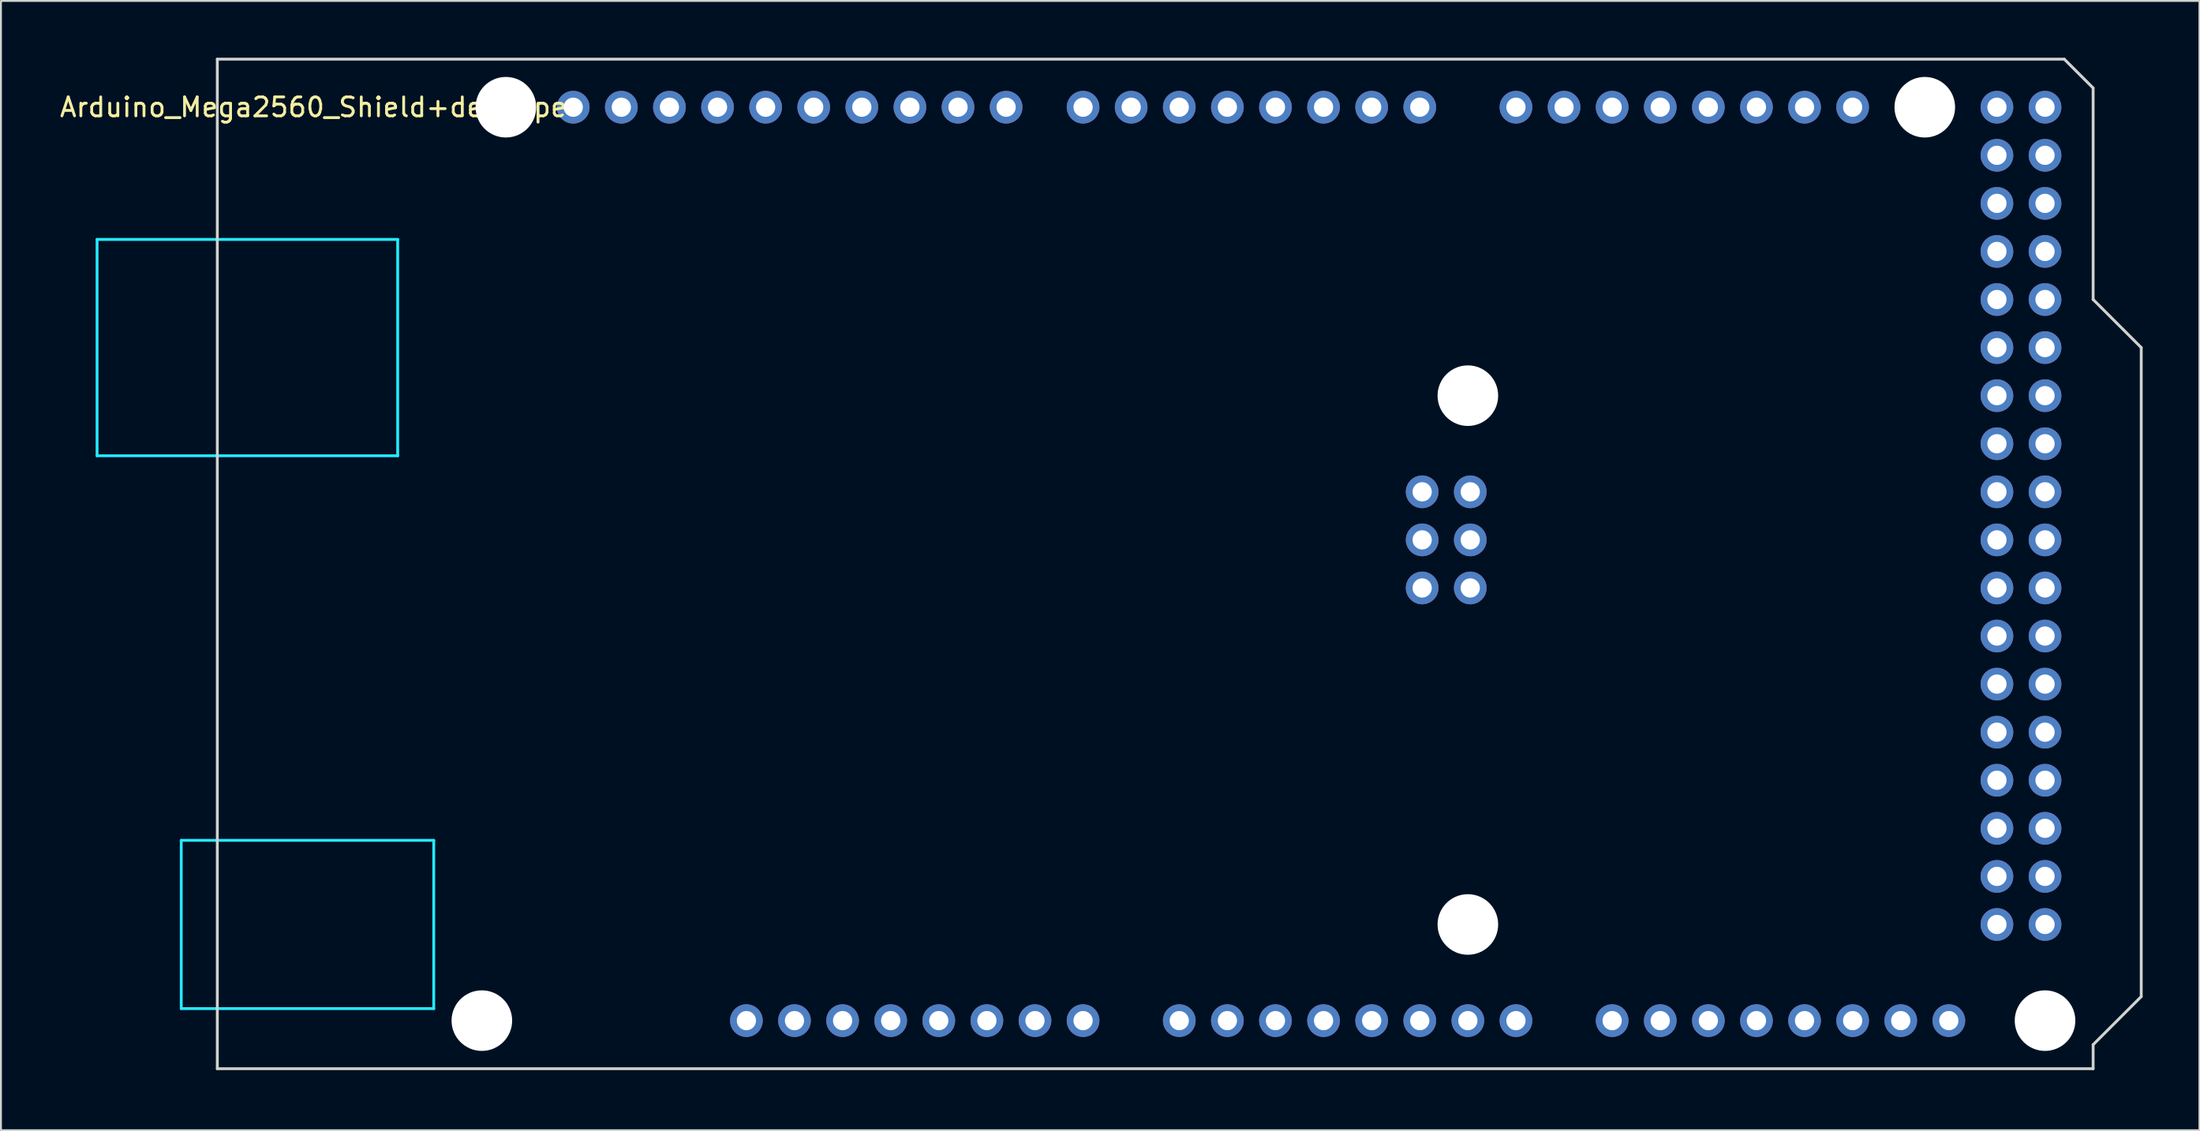
<source format=kicad_pcb>
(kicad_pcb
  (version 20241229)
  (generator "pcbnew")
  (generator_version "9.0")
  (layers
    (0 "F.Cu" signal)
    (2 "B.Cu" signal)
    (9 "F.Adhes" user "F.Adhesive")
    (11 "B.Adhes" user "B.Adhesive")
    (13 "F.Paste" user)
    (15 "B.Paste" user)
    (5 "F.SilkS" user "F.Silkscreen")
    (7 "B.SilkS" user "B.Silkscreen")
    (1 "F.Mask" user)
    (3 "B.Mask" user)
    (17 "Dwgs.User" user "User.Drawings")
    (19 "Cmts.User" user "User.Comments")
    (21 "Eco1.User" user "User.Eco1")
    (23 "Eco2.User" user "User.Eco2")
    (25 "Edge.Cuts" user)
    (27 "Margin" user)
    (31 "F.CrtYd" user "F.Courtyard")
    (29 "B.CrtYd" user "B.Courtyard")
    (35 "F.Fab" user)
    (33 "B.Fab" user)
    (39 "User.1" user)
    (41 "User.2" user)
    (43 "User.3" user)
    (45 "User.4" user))
  (footprint "Arduino_Mega2560_Shield+decoupe"
    (layer "F.Cu")
    (at 8.426 53.415)
    (property "Reference" "Arduino_Mega2560_Shield+decoupe" (at 5.08 -50.8 0) (layer "F.SilkS") (effects (font (size 1 1) (thickness 0.15))))
    (attr through_hole)
    (fp_line (start 0 -53.34) (end 0 0) (stroke (width 0.15) (type solid)) (layer "Edge.Cuts"))
    (fp_line (start 0 -53.34) (end 97.536 -53.34) (stroke (width 0.15) (type solid)) (layer "Edge.Cuts"))
    (fp_line (start 0 0) (end 99.06 0) (stroke (width 0.15) (type solid)) (layer "Edge.Cuts"))
    (fp_line (start 97.536 -53.34) (end 99.06 -51.816) (stroke (width 0.15) (type solid)) (layer "Edge.Cuts"))
    (fp_line (start 99.06 -40.64) (end 99.06 -51.816) (stroke (width 0.15) (type solid)) (layer "Edge.Cuts"))
    (fp_line (start 99.06 -1.27) (end 101.6 -3.81) (stroke (width 0.15) (type solid)) (layer "Edge.Cuts"))
    (fp_line (start 99.06 0) (end 99.06 -1.27) (stroke (width 0.15) (type solid)) (layer "Edge.Cuts"))
    (fp_line (start 101.6 -38.1) (end 99.06 -40.64) (stroke (width 0.15) (type solid)) (layer "Edge.Cuts"))
    (fp_line (start 101.6 -3.81) (end 101.6 -38.1) (stroke (width 0.15) (type solid)) (layer "Edge.Cuts"))
    (fp_line (start -6.35 -43.815) (end -6.35 -32.385) (stroke (width 0.15) (type solid)) (layer "B.CrtYd"))
    (fp_line (start -1.905 -12.065) (end -1.905 -3.175) (stroke (width 0.15) (type solid)) (layer "B.CrtYd"))
    (fp_line (start -1.905 -12.065) (end 11.43 -12.065) (stroke (width 0.15) (type solid)) (layer "B.CrtYd"))
    (fp_line (start -1.905 -3.175) (end 11.43 -3.175) (stroke (width 0.15) (type solid)) (layer "B.CrtYd"))
    (fp_line (start 9.525 -43.815) (end -6.35 -43.815) (stroke (width 0.15) (type solid)) (layer "B.CrtYd"))
    (fp_line (start 9.525 -43.815) (end 9.525 -32.385) (stroke (width 0.15) (type solid)) (layer "B.CrtYd"))
    (fp_line (start 9.525 -32.385) (end -6.35 -32.385) (stroke (width 0.15) (type solid)) (layer "B.CrtYd"))
    (fp_line (start 11.43 -12.065) (end 11.43 -3.175) (stroke (width 0.15) (type solid)) (layer "B.CrtYd"))
    (fp_text user "." (at 62.484 -32.004 0) (layer "Edge.Cuts") (effects (font (size 1 1) (thickness 0.15))))
    (pad "" np_thru_hole circle (at 13.97 -2.54) (size 3.2 3.2) (drill 3.2) (layers "*.Cu" "*.Mask"))
    (pad "" np_thru_hole circle (at 15.24 -50.8) (size 3.2 3.2) (drill 3.2) (layers "*.Cu" "*.Mask"))
    (pad "" thru_hole oval (at 27.94 -2.54) (size 1.727 1.727) (drill 1.016) (layers "*.Cu" "*.Mask"))
    (pad "" np_thru_hole circle (at 66.04 -35.56) (size 3.2 3.2) (drill 3.2) (layers "*.Cu" "*.Mask"))
    (pad "" np_thru_hole circle (at 66.04 -7.62) (size 3.2 3.2) (drill 3.2) (layers "*.Cu" "*.Mask"))
    (pad "" np_thru_hole circle (at 90.17 -50.8) (size 3.2 3.2) (drill 3.2) (layers "*.Cu" "*.Mask"))
    (pad "" np_thru_hole circle (at 96.52 -2.54) (size 3.2 3.2) (drill 3.2) (layers "*.Cu" "*.Mask"))
    (pad "3V3" thru_hole oval (at 35.56 -2.54) (size 1.727 1.727) (drill 1.016) (layers "*.Cu" "*.Mask"))
    (pad "5V1" thru_hole oval (at 38.1 -2.54) (size 1.727 1.727) (drill 1.016) (layers "*.Cu" "*.Mask"))
    (pad "5V2" thru_hole oval (at 66.167 -30.48) (size 1.727 1.727) (drill 1.016) (layers "*.Cu" "*.Mask"))
    (pad "5V3" thru_hole oval (at 93.98 -50.8) (size 1.727 1.727) (drill 1.016) (layers "*.Cu" "*.Mask"))
    (pad "5V4" thru_hole oval (at 96.52 -50.8) (size 1.727 1.727) (drill 1.016) (layers "*.Cu" "*.Mask"))
    (pad "A0" thru_hole oval (at 50.8 -2.54) (size 1.727 1.727) (drill 1.016) (layers "*.Cu" "*.Mask"))
    (pad "A1" thru_hole oval (at 53.34 -2.54) (size 1.727 1.727) (drill 1.016) (layers "*.Cu" "*.Mask"))
    (pad "A2" thru_hole oval (at 55.88 -2.54) (size 1.727 1.727) (drill 1.016) (layers "*.Cu" "*.Mask"))
    (pad "A3" thru_hole oval (at 58.42 -2.54) (size 1.727 1.727) (drill 1.016) (layers "*.Cu" "*.Mask"))
    (pad "A4" thru_hole oval (at 60.96 -2.54) (size 1.727 1.727) (drill 1.016) (layers "*.Cu" "*.Mask"))
    (pad "A5" thru_hole oval (at 63.5 -2.54) (size 1.727 1.727) (drill 1.016) (layers "*.Cu" "*.Mask"))
    (pad "A6" thru_hole oval (at 66.04 -2.54) (size 1.727 1.727) (drill 1.016) (layers "*.Cu" "*.Mask"))
    (pad "A7" thru_hole oval (at 68.58 -2.54) (size 1.727 1.727) (drill 1.016) (layers "*.Cu" "*.Mask"))
    (pad "A8" thru_hole oval (at 73.66 -2.54) (size 1.727 1.727) (drill 1.016) (layers "*.Cu" "*.Mask"))
    (pad "A9" thru_hole oval (at 76.2 -2.54) (size 1.727 1.727) (drill 1.016) (layers "*.Cu" "*.Mask"))
    (pad "A10" thru_hole oval (at 78.74 -2.54) (size 1.727 1.727) (drill 1.016) (layers "*.Cu" "*.Mask"))
    (pad "A11" thru_hole oval (at 81.28 -2.54) (size 1.727 1.727) (drill 1.016) (layers "*.Cu" "*.Mask"))
    (pad "A12" thru_hole oval (at 83.82 -2.54) (size 1.727 1.727) (drill 1.016) (layers "*.Cu" "*.Mask"))
    (pad "A13" thru_hole oval (at 86.36 -2.54) (size 1.727 1.727) (drill 1.016) (layers "*.Cu" "*.Mask"))
    (pad "A14" thru_hole oval (at 88.9 -2.54) (size 1.727 1.727) (drill 1.016) (layers "*.Cu" "*.Mask"))
    (pad "A15" thru_hole oval (at 91.44 -2.54) (size 1.727 1.727) (drill 1.016) (layers "*.Cu" "*.Mask"))
    (pad "AREF" thru_hole oval (at 23.876 -50.8) (size 1.727 1.727) (drill 1.016) (layers "*.Cu" "*.Mask"))
    (pad "D0" thru_hole oval (at 63.5 -50.8) (size 1.727 1.727) (drill 1.016) (layers "*.Cu" "*.Mask"))
    (pad "D1" thru_hole oval (at 60.96 -50.8) (size 1.727 1.727) (drill 1.016) (layers "*.Cu" "*.Mask"))
    (pad "D2" thru_hole oval (at 58.42 -50.8) (size 1.727 1.727) (drill 1.016) (layers "*.Cu" "*.Mask"))
    (pad "D3" thru_hole oval (at 55.88 -50.8) (size 1.727 1.727) (drill 1.016) (layers "*.Cu" "*.Mask"))
    (pad "D4" thru_hole oval (at 53.34 -50.8) (size 1.727 1.727) (drill 1.016) (layers "*.Cu" "*.Mask"))
    (pad "D5" thru_hole oval (at 50.8 -50.8) (size 1.727 1.727) (drill 1.016) (layers "*.Cu" "*.Mask"))
    (pad "D6" thru_hole oval (at 48.26 -50.8) (size 1.727 1.727) (drill 1.016) (layers "*.Cu" "*.Mask"))
    (pad "D7" thru_hole oval (at 45.72 -50.8) (size 1.727 1.727) (drill 1.016) (layers "*.Cu" "*.Mask"))
    (pad "D8" thru_hole oval (at 41.656 -50.8) (size 1.727 1.727) (drill 1.016) (layers "*.Cu" "*.Mask"))
    (pad "D9" thru_hole oval (at 39.116 -50.8) (size 1.727 1.727) (drill 1.016) (layers "*.Cu" "*.Mask"))
    (pad "D10" thru_hole oval (at 36.576 -50.8) (size 1.727 1.727) (drill 1.016) (layers "*.Cu" "*.Mask"))
    (pad "D11" thru_hole oval (at 34.036 -50.8) (size 1.727 1.727) (drill 1.016) (layers "*.Cu" "*.Mask"))
    (pad "D12" thru_hole oval (at 31.496 -50.8) (size 1.727 1.727) (drill 1.016) (layers "*.Cu" "*.Mask"))
    (pad "D13" thru_hole oval (at 28.956 -50.8) (size 1.727 1.727) (drill 1.016) (layers "*.Cu" "*.Mask"))
    (pad "D14" thru_hole oval (at 68.58 -50.8) (size 1.727 1.727) (drill 1.016) (layers "*.Cu" "*.Mask"))
    (pad "D15" thru_hole oval (at 71.12 -50.8) (size 1.727 1.727) (drill 1.016) (layers "*.Cu" "*.Mask"))
    (pad "D16" thru_hole oval (at 73.66 -50.8) (size 1.727 1.727) (drill 1.016) (layers "*.Cu" "*.Mask"))
    (pad "D17" thru_hole oval (at 76.2 -50.8) (size 1.727 1.727) (drill 1.016) (layers "*.Cu" "*.Mask"))
    (pad "D18" thru_hole oval (at 78.74 -50.8) (size 1.727 1.727) (drill 1.016) (layers "*.Cu" "*.Mask"))
    (pad "D19" thru_hole oval (at 81.28 -50.8) (size 1.727 1.727) (drill 1.016) (layers "*.Cu" "*.Mask"))
    (pad "D20" thru_hole oval (at 83.82 -50.8) (size 1.727 1.727) (drill 1.016) (layers "*.Cu" "*.Mask"))
    (pad "D21" thru_hole oval (at 86.36 -50.8) (size 1.727 1.727) (drill 1.016) (layers "*.Cu" "*.Mask"))
    (pad "D22" thru_hole oval (at 93.98 -48.26) (size 1.727 1.727) (drill 1.016) (layers "*.Cu" "*.Mask"))
    (pad "D23" thru_hole oval (at 96.52 -48.26) (size 1.727 1.727) (drill 1.016) (layers "*.Cu" "*.Mask"))
    (pad "D24" thru_hole oval (at 93.98 -45.72) (size 1.727 1.727) (drill 1.016) (layers "*.Cu" "*.Mask"))
    (pad "D25" thru_hole oval (at 96.52 -45.72) (size 1.727 1.727) (drill 1.016) (layers "*.Cu" "*.Mask"))
    (pad "D26" thru_hole oval (at 93.98 -43.18) (size 1.727 1.727) (drill 1.016) (layers "*.Cu" "*.Mask"))
    (pad "D27" thru_hole oval (at 96.52 -43.18) (size 1.727 1.727) (drill 1.016) (layers "*.Cu" "*.Mask"))
    (pad "D28" thru_hole oval (at 93.98 -40.64) (size 1.727 1.727) (drill 1.016) (layers "*.Cu" "*.Mask"))
    (pad "D29" thru_hole oval (at 96.52 -40.64) (size 1.727 1.727) (drill 1.016) (layers "*.Cu" "*.Mask"))
    (pad "D30" thru_hole oval (at 93.98 -38.1) (size 1.727 1.727) (drill 1.016) (layers "*.Cu" "*.Mask"))
    (pad "D31" thru_hole oval (at 96.52 -38.1) (size 1.727 1.727) (drill 1.016) (layers "*.Cu" "*.Mask"))
    (pad "D32" thru_hole oval (at 93.98 -35.56) (size 1.727 1.727) (drill 1.016) (layers "*.Cu" "*.Mask"))
    (pad "D33" thru_hole oval (at 96.52 -35.56) (size 1.727 1.727) (drill 1.016) (layers "*.Cu" "*.Mask"))
    (pad "D34" thru_hole oval (at 93.98 -33.02) (size 1.727 1.727) (drill 1.016) (layers "*.Cu" "*.Mask"))
    (pad "D35" thru_hole oval (at 96.52 -33.02) (size 1.727 1.727) (drill 1.016) (layers "*.Cu" "*.Mask"))
    (pad "D36" thru_hole oval (at 93.98 -30.48) (size 1.727 1.727) (drill 1.016) (layers "*.Cu" "*.Mask"))
    (pad "D37" thru_hole oval (at 96.52 -30.48) (size 1.727 1.727) (drill 1.016) (layers "*.Cu" "*.Mask"))
    (pad "D38" thru_hole oval (at 93.98 -27.94) (size 1.727 1.727) (drill 1.016) (layers "*.Cu" "*.Mask"))
    (pad "D39" thru_hole oval (at 96.52 -27.94) (size 1.727 1.727) (drill 1.016) (layers "*.Cu" "*.Mask"))
    (pad "D40" thru_hole oval (at 93.98 -25.4) (size 1.727 1.727) (drill 1.016) (layers "*.Cu" "*.Mask"))
    (pad "D41" thru_hole oval (at 96.52 -25.4) (size 1.727 1.727) (drill 1.016) (layers "*.Cu" "*.Mask"))
    (pad "D42" thru_hole oval (at 93.98 -22.86) (size 1.727 1.727) (drill 1.016) (layers "*.Cu" "*.Mask"))
    (pad "D43" thru_hole oval (at 96.52 -22.86) (size 1.727 1.727) (drill 1.016) (layers "*.Cu" "*.Mask"))
    (pad "D44" thru_hole oval (at 93.98 -20.32) (size 1.727 1.727) (drill 1.016) (layers "*.Cu" "*.Mask"))
    (pad "D45" thru_hole oval (at 96.52 -20.32) (size 1.727 1.727) (drill 1.016) (layers "*.Cu" "*.Mask"))
    (pad "D46" thru_hole oval (at 93.98 -17.78) (size 1.727 1.727) (drill 1.016) (layers "*.Cu" "*.Mask"))
    (pad "D47" thru_hole oval (at 96.52 -17.78) (size 1.727 1.727) (drill 1.016) (layers "*.Cu" "*.Mask"))
    (pad "D48" thru_hole oval (at 93.98 -15.24) (size 1.727 1.727) (drill 1.016) (layers "*.Cu" "*.Mask"))
    (pad "D49" thru_hole oval (at 96.52 -15.24) (size 1.727 1.727) (drill 1.016) (layers "*.Cu" "*.Mask"))
    (pad "D50" thru_hole oval (at 93.98 -12.7) (size 1.727 1.727) (drill 1.016) (layers "*.Cu" "*.Mask"))
    (pad "D51" thru_hole oval (at 96.52 -12.7) (size 1.727 1.727) (drill 1.016) (layers "*.Cu" "*.Mask"))
    (pad "D52" thru_hole oval (at 93.98 -10.16) (size 1.727 1.727) (drill 1.016) (layers "*.Cu" "*.Mask"))
    (pad "D53" thru_hole oval (at 96.52 -10.16) (size 1.727 1.727) (drill 1.016) (layers "*.Cu" "*.Mask"))
    (pad "GND1" thru_hole oval (at 26.416 -50.8) (size 1.727 1.727) (drill 1.016) (layers "*.Cu" "*.Mask"))
    (pad "GND2" thru_hole oval (at 40.64 -2.54) (size 1.727 1.727) (drill 1.016) (layers "*.Cu" "*.Mask"))
    (pad "GND3" thru_hole oval (at 43.18 -2.54) (size 1.727 1.727) (drill 1.016) (layers "*.Cu" "*.Mask"))
    (pad "GND4" thru_hole oval (at 66.167 -25.4) (size 1.727 1.727) (drill 1.016) (layers "*.Cu" "*.Mask"))
    (pad "GND5" thru_hole oval (at 93.98 -7.62) (size 1.727 1.727) (drill 1.016) (layers "*.Cu" "*.Mask"))
    (pad "GND6" thru_hole oval (at 96.52 -7.62) (size 1.727 1.727) (drill 1.016) (layers "*.Cu" "*.Mask"))
    (pad "IORF" thru_hole oval (at 30.48 -2.54) (size 1.727 1.727) (drill 1.016) (layers "*.Cu" "*.Mask"))
    (pad "MISO" thru_hole oval (at 63.627 -30.48) (size 1.727 1.727) (drill 1.016) (layers "*.Cu" "*.Mask"))
    (pad "MOSI" thru_hole oval (at 66.167 -27.94) (size 1.727 1.727) (drill 1.016) (layers "*.Cu" "*.Mask"))
    (pad "RST1" thru_hole oval (at 33.02 -2.54) (size 1.727 1.727) (drill 1.016) (layers "*.Cu" "*.Mask"))
    (pad "RST2" thru_hole oval (at 63.627 -25.4) (size 1.727 1.727) (drill 1.016) (layers "*.Cu" "*.Mask"))
    (pad "SCK" thru_hole oval (at 63.627 -27.94) (size 1.727 1.727) (drill 1.016) (layers "*.Cu" "*.Mask"))
    (pad "SCL" thru_hole oval (at 18.796 -50.8) (size 1.727 1.727) (drill 1.016) (layers "*.Cu" "*.Mask"))
    (pad "SDA" thru_hole oval (at 21.336 -50.8) (size 1.727 1.727) (drill 1.016) (layers "*.Cu" "*.Mask"))
    (pad "VIN" thru_hole oval (at 45.72 -2.54) (size 1.727 1.727) (drill 1.016) (layers "*.Cu" "*.Mask")))
  (gr_rect
    (start -3 -3)
    (end 113.101 56.665)
    (stroke (width 0.1) (type default))
    (fill no)
    (layer "Edge.Cuts")))
</source>
